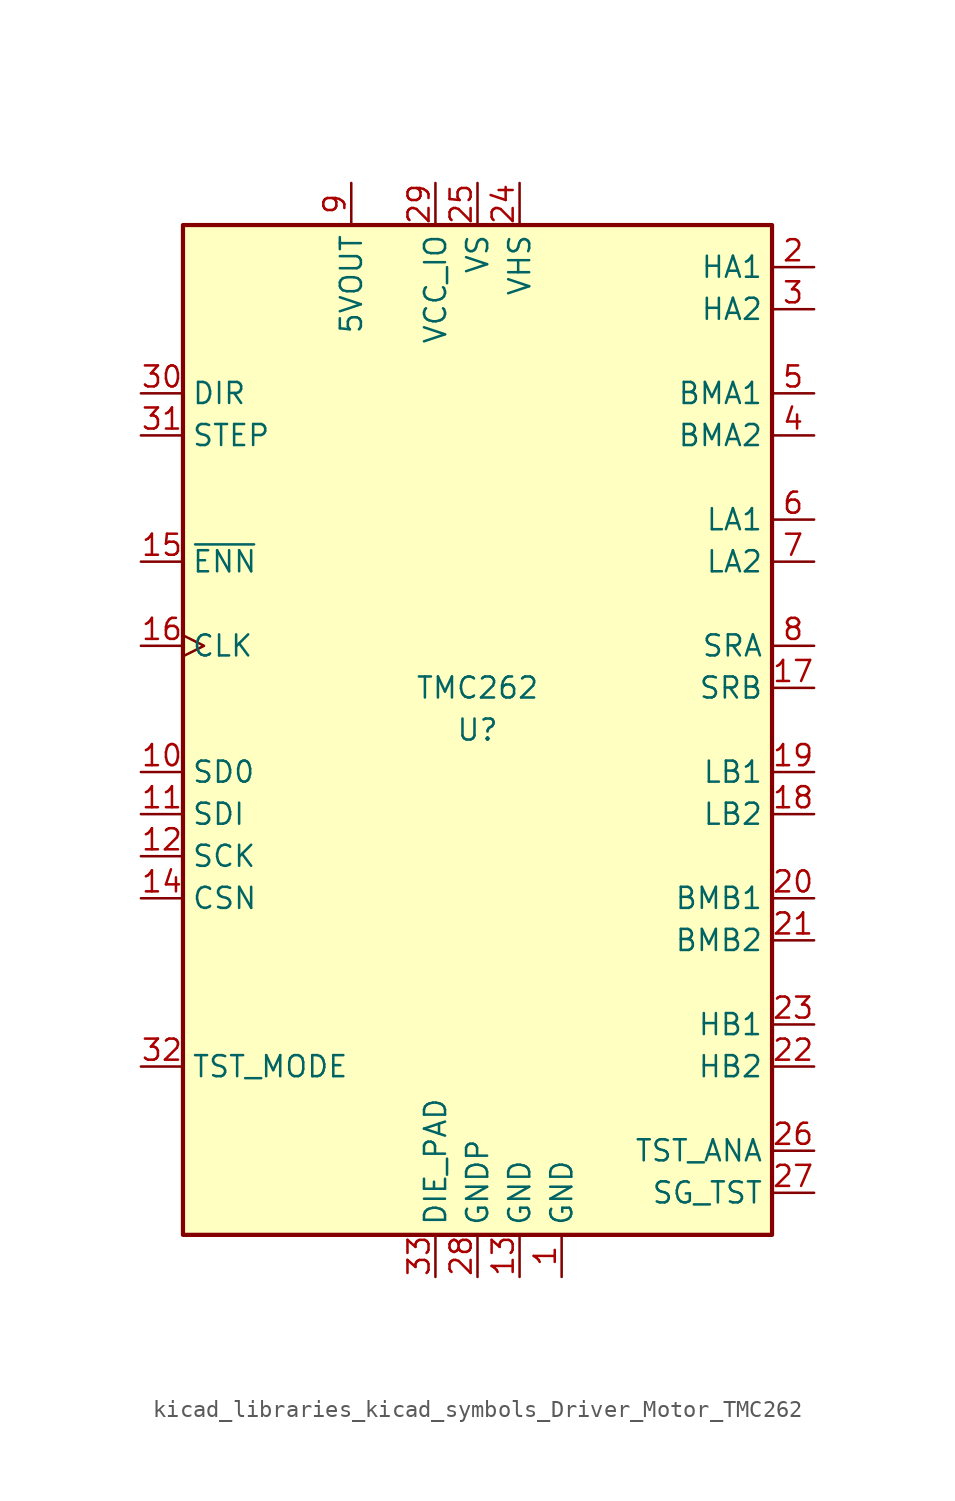
<source format=kicad_sym>
(kicad_symbol_lib
  (version 20220914)
  (generator kicad_symbol_editor)
  (symbol "kicad_libraries_kicad_symbols_Driver_Motor_TMC262"
    (property "Reference" "U"
      (at 0 0 0)
      (effects (font (size 1.27 1.27))))
    (property "Value" "TMC262"
      (at 0 2.54 0)
      (effects (font (size 1.27 1.27))))
    (symbol "kicad_libraries_kicad_symbols_Driver_Motor_TMC262_0_1"
      (rectangle (start -17.78 30.48) (end 17.78 -30.48) (stroke (width 0.254) (type default)) (fill (type background))))
    (symbol "kicad_libraries_kicad_symbols_Driver_Motor_TMC262_1_1"
      (pin power_in line (at 5.08 -33.02 90) (length 2.54) (name "GND" (effects (font (size 1.27 1.27)))) (number "1" (effects (font (size 1.27 1.27)))))
      (pin tri_state line (at -20.32 -2.54 0) (length 2.54) (name "SD0" (effects (font (size 1.27 1.27)))) (number "10" (effects (font (size 1.27 1.27)))))
      (pin input line (at -20.32 -5.08 0) (length 2.54) (name "SDI" (effects (font (size 1.27 1.27)))) (number "11" (effects (font (size 1.27 1.27)))))
      (pin input line (at -20.32 -7.62 0) (length 2.54) (name "SCK" (effects (font (size 1.27 1.27)))) (number "12" (effects (font (size 1.27 1.27)))))
      (pin power_in line (at 2.54 -33.02 90) (length 2.54) (name "GND" (effects (font (size 1.27 1.27)))) (number "13" (effects (font (size 1.27 1.27)))))
      (pin input line (at -20.32 -10.16 0) (length 2.54) (name "CSN" (effects (font (size 1.27 1.27)))) (number "14" (effects (font (size 1.27 1.27)))))
      (pin input line (at -20.32 10.16 0) (length 2.54) (name "~{ENN}" (effects (font (size 1.27 1.27)))) (number "15" (effects (font (size 1.27 1.27)))))
      (pin input clock (at -20.32 5.08 0) (length 2.54) (name "CLK" (effects (font (size 1.27 1.27)))) (number "16" (effects (font (size 1.27 1.27)))))
      (pin input line (at 20.32 2.54 180) (length 2.54) (name "SRB" (effects (font (size 1.27 1.27)))) (number "17" (effects (font (size 1.27 1.27)))))
      (pin output line (at 20.32 -5.08 180) (length 2.54) (name "LB2" (effects (font (size 1.27 1.27)))) (number "18" (effects (font (size 1.27 1.27)))))
      (pin output line (at 20.32 -2.54 180) (length 2.54) (name "LB1" (effects (font (size 1.27 1.27)))) (number "19" (effects (font (size 1.27 1.27)))))
      (pin output line (at 20.32 27.94 180) (length 2.54) (name "HA1" (effects (font (size 1.27 1.27)))) (number "2" (effects (font (size 1.27 1.27)))))
      (pin input line (at 20.32 -10.16 180) (length 2.54) (name "BMB1" (effects (font (size 1.27 1.27)))) (number "20" (effects (font (size 1.27 1.27)))))
      (pin input line (at 20.32 -12.7 180) (length 2.54) (name "BMB2" (effects (font (size 1.27 1.27)))) (number "21" (effects (font (size 1.27 1.27)))))
      (pin output line (at 20.32 -20.32 180) (length 2.54) (name "HB2" (effects (font (size 1.27 1.27)))) (number "22" (effects (font (size 1.27 1.27)))))
      (pin output line (at 20.32 -17.78 180) (length 2.54) (name "HB1" (effects (font (size 1.27 1.27)))) (number "23" (effects (font (size 1.27 1.27)))))
      (pin power_in line (at 2.54 33.02 270) (length 2.54) (name "VHS" (effects (font (size 1.27 1.27)))) (number "24" (effects (font (size 1.27 1.27)))))
      (pin power_in line (at 0 33.02 270) (length 2.54) (name "VS" (effects (font (size 1.27 1.27)))) (number "25" (effects (font (size 1.27 1.27)))))
      (pin output line (at 20.32 -25.4 180) (length 2.54) (name "TST_ANA" (effects (font (size 1.27 1.27)))) (number "26" (effects (font (size 1.27 1.27)))))
      (pin output line (at 20.32 -27.94 180) (length 2.54) (name "SG_TST" (effects (font (size 1.27 1.27)))) (number "27" (effects (font (size 1.27 1.27)))))
      (pin power_in line (at 0 -33.02 90) (length 2.54) (name "GNDP" (effects (font (size 1.27 1.27)))) (number "28" (effects (font (size 1.27 1.27)))))
      (pin power_in line (at -2.54 33.02 270) (length 2.54) (name "VCC_IO" (effects (font (size 1.27 1.27)))) (number "29" (effects (font (size 1.27 1.27)))))
      (pin output line (at 20.32 25.4 180) (length 2.54) (name "HA2" (effects (font (size 1.27 1.27)))) (number "3" (effects (font (size 1.27 1.27)))))
      (pin input line (at -20.32 20.32 0) (length 2.54) (name "DIR" (effects (font (size 1.27 1.27)))) (number "30" (effects (font (size 1.27 1.27)))))
      (pin input line (at -20.32 17.78 0) (length 2.54) (name "STEP" (effects (font (size 1.27 1.27)))) (number "31" (effects (font (size 1.27 1.27)))))
      (pin input line (at -20.32 -20.32 0) (length 2.54) (name "TST_MODE" (effects (font (size 1.27 1.27)))) (number "32" (effects (font (size 1.27 1.27)))))
      (pin input line (at -2.54 -33.02 90) (length 2.54) (name "DIE_PAD" (effects (font (size 1.27 1.27)))) (number "33" (effects (font (size 1.27 1.27)))))
      (pin input line (at 20.32 17.78 180) (length 2.54) (name "BMA2" (effects (font (size 1.27 1.27)))) (number "4" (effects (font (size 1.27 1.27)))))
      (pin input line (at 20.32 20.32 180) (length 2.54) (name "BMA1" (effects (font (size 1.27 1.27)))) (number "5" (effects (font (size 1.27 1.27)))))
      (pin output line (at 20.32 12.7 180) (length 2.54) (name "LA1" (effects (font (size 1.27 1.27)))) (number "6" (effects (font (size 1.27 1.27)))))
      (pin output line (at 20.32 10.16 180) (length 2.54) (name "LA2" (effects (font (size 1.27 1.27)))) (number "7" (effects (font (size 1.27 1.27)))))
      (pin input line (at 20.32 5.08 180) (length 2.54) (name "SRA" (effects (font (size 1.27 1.27)))) (number "8" (effects (font (size 1.27 1.27)))))
      (pin power_out line (at -7.62 33.02 270) (length 2.54) (name "5VOUT" (effects (font (size 1.27 1.27)))) (number "9" (effects (font (size 1.27 1.27))))))))
</source>
